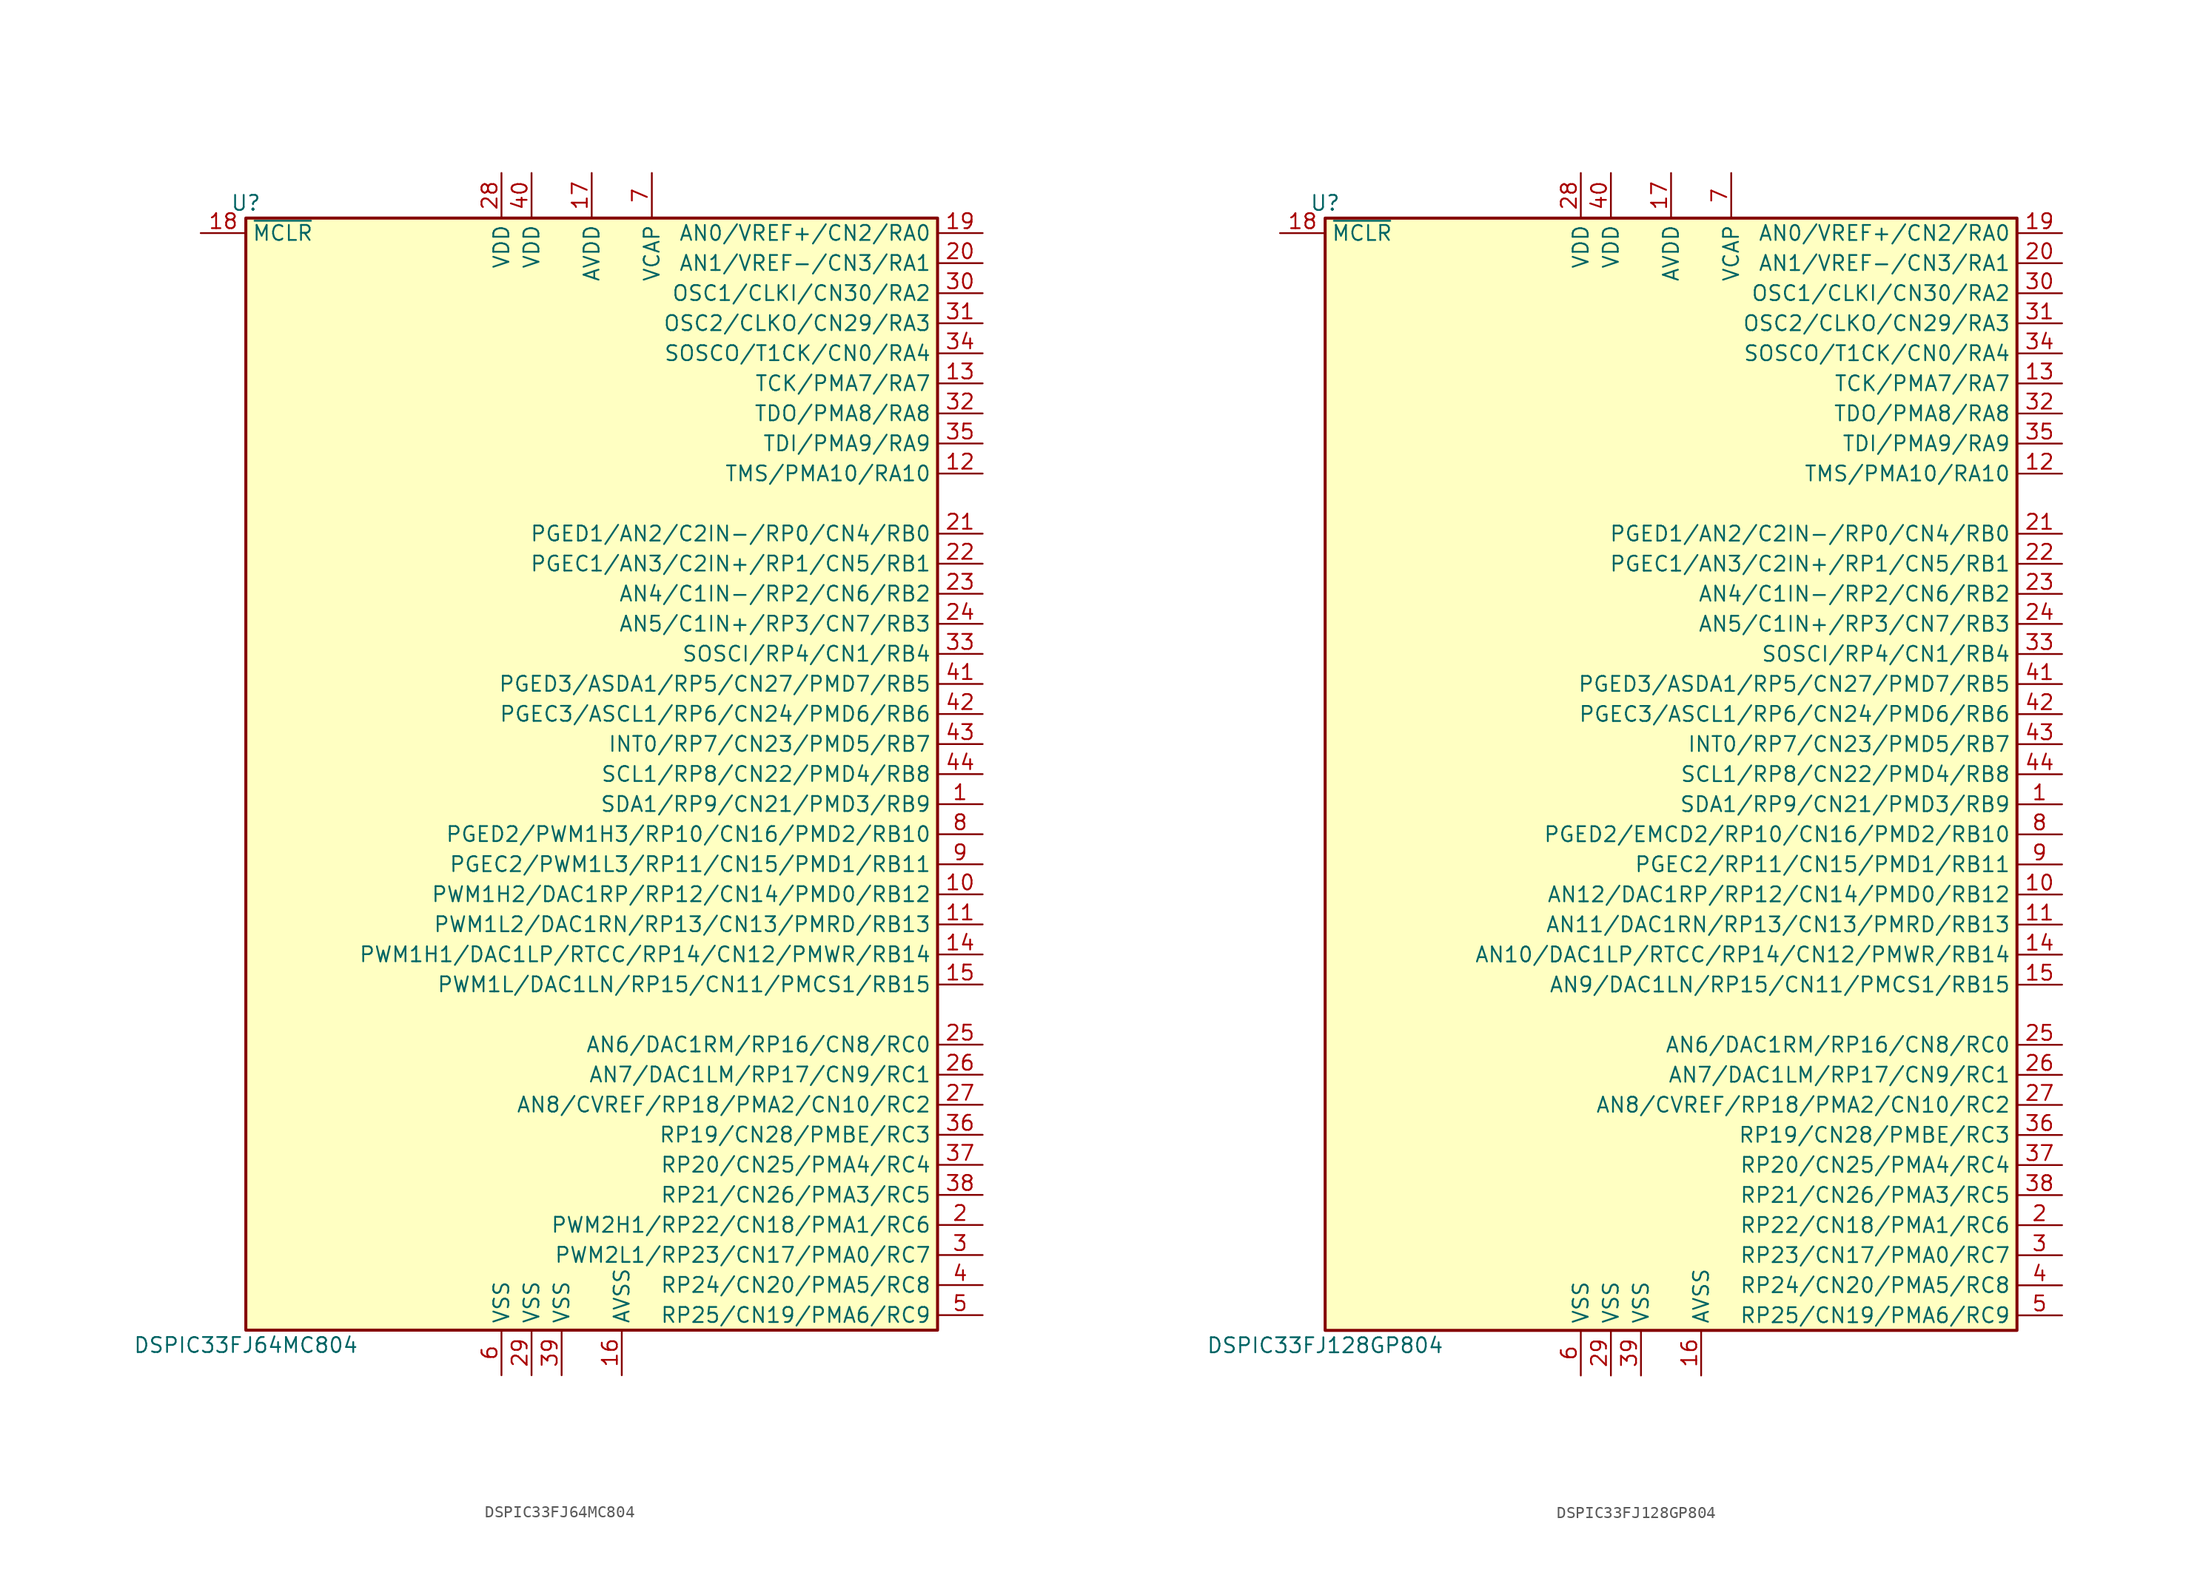
<source format=kicad_sym>
(kicad_symbol_lib
  (version 20231120)
  (generator "kicad_symbol_editor")
  (generator_version "8.0")
  (symbol "DSPIC33FJ64MC804"
    (property "Reference" "U"
      (at -29.21 48.26 0)
      (effects (font (size 1.27 1.27))))
    (property "Value" "DSPIC33FJ64MC804"
      (at -29.21 -48.26 0)
      (effects (font (size 1.27 1.27))))
    (symbol "DSPIC33FJ64MC804_1_1"
      (rectangle (start -29.21 46.99) (end 29.21 -46.99) (stroke (width 0.254) (type default)) (fill (type background)))
      (pin bidirectional line (at 33.02 -2.54 180) (length 3.81) (name "SDA1/RP9/CN21/PMD3/RB9" (effects (font (size 1.27 1.27)))) (number "1" (effects (font (size 1.27 1.27)))))
      (pin bidirectional line (at 33.02 -10.16 180) (length 3.81) (name "PWM1H2/DAC1RP/RP12/CN14/PMD0/RB12" (effects (font (size 1.27 1.27)))) (number "10" (effects (font (size 1.27 1.27)))))
      (pin bidirectional line (at 33.02 -12.7 180) (length 3.81) (name "PWM1L2/DAC1RN/RP13/CN13/PMRD/RB13" (effects (font (size 1.27 1.27)))) (number "11" (effects (font (size 1.27 1.27)))))
      (pin bidirectional line (at 33.02 25.4 180) (length 3.81) (name "TMS/PMA10/RA10" (effects (font (size 1.27 1.27)))) (number "12" (effects (font (size 1.27 1.27)))))
      (pin bidirectional line (at 33.02 33.02 180) (length 3.81) (name "TCK/PMA7/RA7" (effects (font (size 1.27 1.27)))) (number "13" (effects (font (size 1.27 1.27)))))
      (pin bidirectional line (at 33.02 -15.24 180) (length 3.81) (name "PWM1H1/DAC1LP/RTCC/RP14/CN12/PMWR/RB14" (effects (font (size 1.27 1.27)))) (number "14" (effects (font (size 1.27 1.27)))))
      (pin bidirectional line (at 33.02 -17.78 180) (length 3.81) (name "PWM1L/DAC1LN/RP15/CN11/PMCS1/RB15" (effects (font (size 1.27 1.27)))) (number "15" (effects (font (size 1.27 1.27)))))
      (pin power_in line (at 2.54 -50.8 90) (length 3.81) (name "AVSS" (effects (font (size 1.27 1.27)))) (number "16" (effects (font (size 1.27 1.27)))))
      (pin power_in line (at 0 50.8 270) (length 3.81) (name "AVDD" (effects (font (size 1.27 1.27)))) (number "17" (effects (font (size 1.27 1.27)))))
      (pin input line (at -33.02 45.72 0) (length 3.81) (name "~{MCLR}" (effects (font (size 1.27 1.27)))) (number "18" (effects (font (size 1.27 1.27)))))
      (pin bidirectional line (at 33.02 45.72 180) (length 3.81) (name "AN0/VREF+/CN2/RA0" (effects (font (size 1.27 1.27)))) (number "19" (effects (font (size 1.27 1.27)))))
      (pin bidirectional line (at 33.02 -38.1 180) (length 3.81) (name "PWM2H1/RP22/CN18/PMA1/RC6" (effects (font (size 1.27 1.27)))) (number "2" (effects (font (size 1.27 1.27)))))
      (pin bidirectional line (at 33.02 43.18 180) (length 3.81) (name "AN1/VREF-/CN3/RA1" (effects (font (size 1.27 1.27)))) (number "20" (effects (font (size 1.27 1.27)))))
      (pin bidirectional line (at 33.02 20.32 180) (length 3.81) (name "PGED1/AN2/C2IN-/RP0/CN4/RB0" (effects (font (size 1.27 1.27)))) (number "21" (effects (font (size 1.27 1.27)))))
      (pin bidirectional line (at 33.02 17.78 180) (length 3.81) (name "PGEC1/AN3/C2IN+/RP1/CN5/RB1" (effects (font (size 1.27 1.27)))) (number "22" (effects (font (size 1.27 1.27)))))
      (pin bidirectional line (at 33.02 15.24 180) (length 3.81) (name "AN4/C1IN-/RP2/CN6/RB2" (effects (font (size 1.27 1.27)))) (number "23" (effects (font (size 1.27 1.27)))))
      (pin bidirectional line (at 33.02 12.7 180) (length 3.81) (name "AN5/C1IN+/RP3/CN7/RB3" (effects (font (size 1.27 1.27)))) (number "24" (effects (font (size 1.27 1.27)))))
      (pin bidirectional line (at 33.02 -22.86 180) (length 3.81) (name "AN6/DAC1RM/RP16/CN8/RC0" (effects (font (size 1.27 1.27)))) (number "25" (effects (font (size 1.27 1.27)))))
      (pin bidirectional line (at 33.02 -25.4 180) (length 3.81) (name "AN7/DAC1LM/RP17/CN9/RC1" (effects (font (size 1.27 1.27)))) (number "26" (effects (font (size 1.27 1.27)))))
      (pin bidirectional line (at 33.02 -27.94 180) (length 3.81) (name "AN8/CVREF/RP18/PMA2/CN10/RC2" (effects (font (size 1.27 1.27)))) (number "27" (effects (font (size 1.27 1.27)))))
      (pin power_in line (at -7.62 50.8 270) (length 3.81) (name "VDD" (effects (font (size 1.27 1.27)))) (number "28" (effects (font (size 1.27 1.27)))))
      (pin power_in line (at -5.08 -50.8 90) (length 3.81) (name "VSS" (effects (font (size 1.27 1.27)))) (number "29" (effects (font (size 1.27 1.27)))))
      (pin bidirectional line (at 33.02 -40.64 180) (length 3.81) (name "PWM2L1/RP23/CN17/PMA0/RC7" (effects (font (size 1.27 1.27)))) (number "3" (effects (font (size 1.27 1.27)))))
      (pin input line (at 33.02 40.64 180) (length 3.81) (name "OSC1/CLKI/CN30/RA2" (effects (font (size 1.27 1.27)))) (number "30" (effects (font (size 1.27 1.27)))))
      (pin input line (at 33.02 38.1 180) (length 3.81) (name "OSC2/CLKO/CN29/RA3" (effects (font (size 1.27 1.27)))) (number "31" (effects (font (size 1.27 1.27)))))
      (pin input line (at 33.02 30.48 180) (length 3.81) (name "TDO/PMA8/RA8" (effects (font (size 1.27 1.27)))) (number "32" (effects (font (size 1.27 1.27)))))
      (pin input line (at 33.02 10.16 180) (length 3.81) (name "SOSCI/RP4/CN1/RB4" (effects (font (size 1.27 1.27)))) (number "33" (effects (font (size 1.27 1.27)))))
      (pin input line (at 33.02 35.56 180) (length 3.81) (name "SOSCO/T1CK/CN0/RA4" (effects (font (size 1.27 1.27)))) (number "34" (effects (font (size 1.27 1.27)))))
      (pin input line (at 33.02 27.94 180) (length 3.81) (name "TDI/PMA9/RA9" (effects (font (size 1.27 1.27)))) (number "35" (effects (font (size 1.27 1.27)))))
      (pin input line (at 33.02 -30.48 180) (length 3.81) (name "RP19/CN28/PMBE/RC3" (effects (font (size 1.27 1.27)))) (number "36" (effects (font (size 1.27 1.27)))))
      (pin input line (at 33.02 -33.02 180) (length 3.81) (name "RP20/CN25/PMA4/RC4" (effects (font (size 1.27 1.27)))) (number "37" (effects (font (size 1.27 1.27)))))
      (pin input line (at 33.02 -35.56 180) (length 3.81) (name "RP21/CN26/PMA3/RC5" (effects (font (size 1.27 1.27)))) (number "38" (effects (font (size 1.27 1.27)))))
      (pin power_in line (at -2.54 -50.8 90) (length 3.81) (name "VSS" (effects (font (size 1.27 1.27)))) (number "39" (effects (font (size 1.27 1.27)))))
      (pin bidirectional line (at 33.02 -43.18 180) (length 3.81) (name "RP24/CN20/PMA5/RC8" (effects (font (size 1.27 1.27)))) (number "4" (effects (font (size 1.27 1.27)))))
      (pin power_in line (at -5.08 50.8 270) (length 3.81) (name "VDD" (effects (font (size 1.27 1.27)))) (number "40" (effects (font (size 1.27 1.27)))))
      (pin input line (at 33.02 7.62 180) (length 3.81) (name "PGED3/ASDA1/RP5/CN27/PMD7/RB5" (effects (font (size 1.27 1.27)))) (number "41" (effects (font (size 1.27 1.27)))))
      (pin input line (at 33.02 5.08 180) (length 3.81) (name "PGEC3/ASCL1/RP6/CN24/PMD6/RB6" (effects (font (size 1.27 1.27)))) (number "42" (effects (font (size 1.27 1.27)))))
      (pin input line (at 33.02 2.54 180) (length 3.81) (name "INT0/RP7/CN23/PMD5/RB7" (effects (font (size 1.27 1.27)))) (number "43" (effects (font (size 1.27 1.27)))))
      (pin input line (at 33.02 0 180) (length 3.81) (name "SCL1/RP8/CN22/PMD4/RB8" (effects (font (size 1.27 1.27)))) (number "44" (effects (font (size 1.27 1.27)))))
      (pin bidirectional line (at 33.02 -45.72 180) (length 3.81) (name "RP25/CN19/PMA6/RC9" (effects (font (size 1.27 1.27)))) (number "5" (effects (font (size 1.27 1.27)))))
      (pin power_in line (at -7.62 -50.8 90) (length 3.81) (name "VSS" (effects (font (size 1.27 1.27)))) (number "6" (effects (font (size 1.27 1.27)))))
      (pin power_in line (at 5.08 50.8 270) (length 3.81) (name "VCAP" (effects (font (size 1.27 1.27)))) (number "7" (effects (font (size 1.27 1.27)))))
      (pin bidirectional line (at 33.02 -5.08 180) (length 3.81) (name "PGED2/PWM1H3/RP10/CN16/PMD2/RB10" (effects (font (size 1.27 1.27)))) (number "8" (effects (font (size 1.27 1.27)))))
      (pin bidirectional line (at 33.02 -7.62 180) (length 3.81) (name "PGEC2/PWM1L3/RP11/CN15/PMD1/RB11" (effects (font (size 1.27 1.27)))) (number "9" (effects (font (size 1.27 1.27)))))))
  (symbol "DSPIC33FJ128GP804"
    (property "Reference" "U"
      (at -29.21 48.26 0)
      (effects (font (size 1.27 1.27))))
    (property "Value" "DSPIC33FJ128GP804"
      (at -29.21 -48.26 0)
      (effects (font (size 1.27 1.27))))
    (symbol "DSPIC33FJ128GP804_1_1"
      (rectangle (start -29.21 46.99) (end 29.21 -46.99) (stroke (width 0.254) (type default)) (fill (type background)))
      (pin bidirectional line (at 33.02 -2.54 180) (length 3.81) (name "SDA1/RP9/CN21/PMD3/RB9" (effects (font (size 1.27 1.27)))) (number "1" (effects (font (size 1.27 1.27)))))
      (pin bidirectional line (at 33.02 -10.16 180) (length 3.81) (name "AN12/DAC1RP/RP12/CN14/PMD0/RB12" (effects (font (size 1.27 1.27)))) (number "10" (effects (font (size 1.27 1.27)))))
      (pin bidirectional line (at 33.02 -12.7 180) (length 3.81) (name "AN11/DAC1RN/RP13/CN13/PMRD/RB13" (effects (font (size 1.27 1.27)))) (number "11" (effects (font (size 1.27 1.27)))))
      (pin bidirectional line (at 33.02 25.4 180) (length 3.81) (name "TMS/PMA10/RA10" (effects (font (size 1.27 1.27)))) (number "12" (effects (font (size 1.27 1.27)))))
      (pin bidirectional line (at 33.02 33.02 180) (length 3.81) (name "TCK/PMA7/RA7" (effects (font (size 1.27 1.27)))) (number "13" (effects (font (size 1.27 1.27)))))
      (pin bidirectional line (at 33.02 -15.24 180) (length 3.81) (name "AN10/DAC1LP/RTCC/RP14/CN12/PMWR/RB14" (effects (font (size 1.27 1.27)))) (number "14" (effects (font (size 1.27 1.27)))))
      (pin bidirectional line (at 33.02 -17.78 180) (length 3.81) (name "AN9/DAC1LN/RP15/CN11/PMCS1/RB15" (effects (font (size 1.27 1.27)))) (number "15" (effects (font (size 1.27 1.27)))))
      (pin power_in line (at 2.54 -50.8 90) (length 3.81) (name "AVSS" (effects (font (size 1.27 1.27)))) (number "16" (effects (font (size 1.27 1.27)))))
      (pin power_in line (at 0 50.8 270) (length 3.81) (name "AVDD" (effects (font (size 1.27 1.27)))) (number "17" (effects (font (size 1.27 1.27)))))
      (pin input line (at -33.02 45.72 0) (length 3.81) (name "~{MCLR}" (effects (font (size 1.27 1.27)))) (number "18" (effects (font (size 1.27 1.27)))))
      (pin bidirectional line (at 33.02 45.72 180) (length 3.81) (name "AN0/VREF+/CN2/RA0" (effects (font (size 1.27 1.27)))) (number "19" (effects (font (size 1.27 1.27)))))
      (pin bidirectional line (at 33.02 -38.1 180) (length 3.81) (name "RP22/CN18/PMA1/RC6" (effects (font (size 1.27 1.27)))) (number "2" (effects (font (size 1.27 1.27)))))
      (pin bidirectional line (at 33.02 43.18 180) (length 3.81) (name "AN1/VREF-/CN3/RA1" (effects (font (size 1.27 1.27)))) (number "20" (effects (font (size 1.27 1.27)))))
      (pin bidirectional line (at 33.02 20.32 180) (length 3.81) (name "PGED1/AN2/C2IN-/RP0/CN4/RB0" (effects (font (size 1.27 1.27)))) (number "21" (effects (font (size 1.27 1.27)))))
      (pin bidirectional line (at 33.02 17.78 180) (length 3.81) (name "PGEC1/AN3/C2IN+/RP1/CN5/RB1" (effects (font (size 1.27 1.27)))) (number "22" (effects (font (size 1.27 1.27)))))
      (pin bidirectional line (at 33.02 15.24 180) (length 3.81) (name "AN4/C1IN-/RP2/CN6/RB2" (effects (font (size 1.27 1.27)))) (number "23" (effects (font (size 1.27 1.27)))))
      (pin bidirectional line (at 33.02 12.7 180) (length 3.81) (name "AN5/C1IN+/RP3/CN7/RB3" (effects (font (size 1.27 1.27)))) (number "24" (effects (font (size 1.27 1.27)))))
      (pin bidirectional line (at 33.02 -22.86 180) (length 3.81) (name "AN6/DAC1RM/RP16/CN8/RC0" (effects (font (size 1.27 1.27)))) (number "25" (effects (font (size 1.27 1.27)))))
      (pin bidirectional line (at 33.02 -25.4 180) (length 3.81) (name "AN7/DAC1LM/RP17/CN9/RC1" (effects (font (size 1.27 1.27)))) (number "26" (effects (font (size 1.27 1.27)))))
      (pin bidirectional line (at 33.02 -27.94 180) (length 3.81) (name "AN8/CVREF/RP18/PMA2/CN10/RC2" (effects (font (size 1.27 1.27)))) (number "27" (effects (font (size 1.27 1.27)))))
      (pin power_in line (at -7.62 50.8 270) (length 3.81) (name "VDD" (effects (font (size 1.27 1.27)))) (number "28" (effects (font (size 1.27 1.27)))))
      (pin power_in line (at -5.08 -50.8 90) (length 3.81) (name "VSS" (effects (font (size 1.27 1.27)))) (number "29" (effects (font (size 1.27 1.27)))))
      (pin bidirectional line (at 33.02 -40.64 180) (length 3.81) (name "RP23/CN17/PMA0/RC7" (effects (font (size 1.27 1.27)))) (number "3" (effects (font (size 1.27 1.27)))))
      (pin input line (at 33.02 40.64 180) (length 3.81) (name "OSC1/CLKI/CN30/RA2" (effects (font (size 1.27 1.27)))) (number "30" (effects (font (size 1.27 1.27)))))
      (pin input line (at 33.02 38.1 180) (length 3.81) (name "OSC2/CLKO/CN29/RA3" (effects (font (size 1.27 1.27)))) (number "31" (effects (font (size 1.27 1.27)))))
      (pin input line (at 33.02 30.48 180) (length 3.81) (name "TDO/PMA8/RA8" (effects (font (size 1.27 1.27)))) (number "32" (effects (font (size 1.27 1.27)))))
      (pin input line (at 33.02 10.16 180) (length 3.81) (name "SOSCI/RP4/CN1/RB4" (effects (font (size 1.27 1.27)))) (number "33" (effects (font (size 1.27 1.27)))))
      (pin input line (at 33.02 35.56 180) (length 3.81) (name "SOSCO/T1CK/CN0/RA4" (effects (font (size 1.27 1.27)))) (number "34" (effects (font (size 1.27 1.27)))))
      (pin input line (at 33.02 27.94 180) (length 3.81) (name "TDI/PMA9/RA9" (effects (font (size 1.27 1.27)))) (number "35" (effects (font (size 1.27 1.27)))))
      (pin input line (at 33.02 -30.48 180) (length 3.81) (name "RP19/CN28/PMBE/RC3" (effects (font (size 1.27 1.27)))) (number "36" (effects (font (size 1.27 1.27)))))
      (pin input line (at 33.02 -33.02 180) (length 3.81) (name "RP20/CN25/PMA4/RC4" (effects (font (size 1.27 1.27)))) (number "37" (effects (font (size 1.27 1.27)))))
      (pin input line (at 33.02 -35.56 180) (length 3.81) (name "RP21/CN26/PMA3/RC5" (effects (font (size 1.27 1.27)))) (number "38" (effects (font (size 1.27 1.27)))))
      (pin power_in line (at -2.54 -50.8 90) (length 3.81) (name "VSS" (effects (font (size 1.27 1.27)))) (number "39" (effects (font (size 1.27 1.27)))))
      (pin bidirectional line (at 33.02 -43.18 180) (length 3.81) (name "RP24/CN20/PMA5/RC8" (effects (font (size 1.27 1.27)))) (number "4" (effects (font (size 1.27 1.27)))))
      (pin power_in line (at -5.08 50.8 270) (length 3.81) (name "VDD" (effects (font (size 1.27 1.27)))) (number "40" (effects (font (size 1.27 1.27)))))
      (pin input line (at 33.02 7.62 180) (length 3.81) (name "PGED3/ASDA1/RP5/CN27/PMD7/RB5" (effects (font (size 1.27 1.27)))) (number "41" (effects (font (size 1.27 1.27)))))
      (pin input line (at 33.02 5.08 180) (length 3.81) (name "PGEC3/ASCL1/RP6/CN24/PMD6/RB6" (effects (font (size 1.27 1.27)))) (number "42" (effects (font (size 1.27 1.27)))))
      (pin input line (at 33.02 2.54 180) (length 3.81) (name "INT0/RP7/CN23/PMD5/RB7" (effects (font (size 1.27 1.27)))) (number "43" (effects (font (size 1.27 1.27)))))
      (pin input line (at 33.02 0 180) (length 3.81) (name "SCL1/RP8/CN22/PMD4/RB8" (effects (font (size 1.27 1.27)))) (number "44" (effects (font (size 1.27 1.27)))))
      (pin bidirectional line (at 33.02 -45.72 180) (length 3.81) (name "RP25/CN19/PMA6/RC9" (effects (font (size 1.27 1.27)))) (number "5" (effects (font (size 1.27 1.27)))))
      (pin power_in line (at -7.62 -50.8 90) (length 3.81) (name "VSS" (effects (font (size 1.27 1.27)))) (number "6" (effects (font (size 1.27 1.27)))))
      (pin power_in line (at 5.08 50.8 270) (length 3.81) (name "VCAP" (effects (font (size 1.27 1.27)))) (number "7" (effects (font (size 1.27 1.27)))))
      (pin bidirectional line (at 33.02 -5.08 180) (length 3.81) (name "PGED2/EMCD2/RP10/CN16/PMD2/RB10" (effects (font (size 1.27 1.27)))) (number "8" (effects (font (size 1.27 1.27)))))
      (pin bidirectional line (at 33.02 -7.62 180) (length 3.81) (name "PGEC2/RP11/CN15/PMD1/RB11" (effects (font (size 1.27 1.27)))) (number "9" (effects (font (size 1.27 1.27))))))))
</source>
